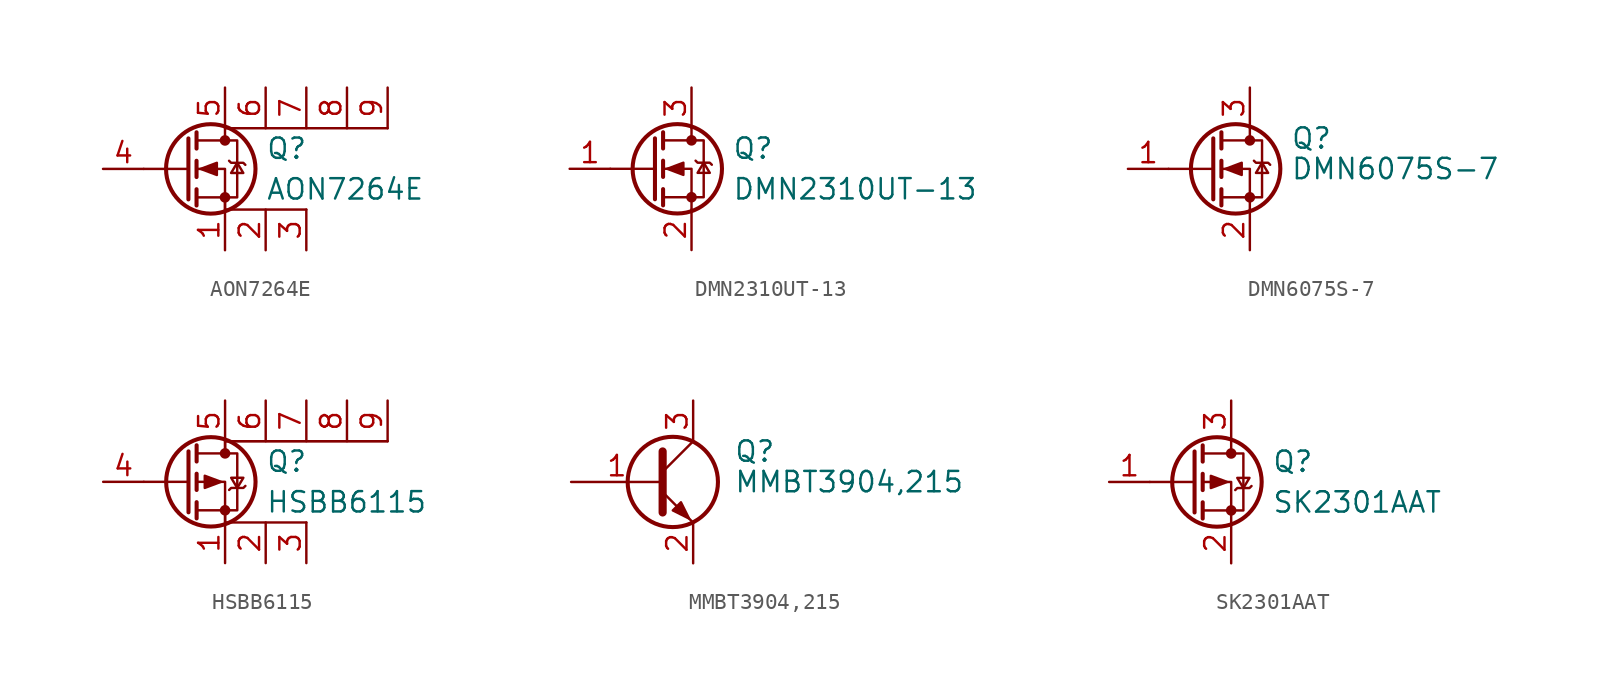
<source format=kicad_sym>
(kicad_symbol_lib
  (version 20211014)
  (symbol "AON7264E"
    (pin_names
      (offset 0)
      (hide yes))
    (property "Reference" "Q"
      (at 5.08 1.27 0)
      (effects (font (size 1.27 1.27)) (justify left)))
    (property "Value" "AON7264E"
      (at 5.08 -1.27 0)
      (effects (font (size 1.27 1.27)) (justify left)))
    (symbol "AON7264E_0_1"
      (polyline (pts (xy 0.254 1.905) (xy 0.254 -1.905)) (stroke (width 0.254) (type default)) (fill (type none)))
      (polyline (pts (xy 0.254 0) (xy -2.54 0)) (stroke (width 0) (type default)) (fill (type none)))
      (polyline (pts (xy 0.762 2.286) (xy 0.762 1.27)) (stroke (width 0.254) (type default)) (fill (type none)))
      (polyline (pts (xy 0.762 0.508) (xy 0.762 -0.508)) (stroke (width 0.254) (type default)) (fill (type none)))
      (polyline (pts (xy 0.762 -1.27) (xy 0.762 -2.286)) (stroke (width 0.254) (type default)) (fill (type none)))
      (polyline (pts (xy 0.762 -1.778) (xy 3.302 -1.778) (xy 3.302 1.778) (xy 0.762 1.778)) (stroke (width 0) (type default)) (fill (type none)))
      (polyline (pts (xy 1.016 0) (xy 2.032 0.381) (xy 2.032 -0.381) (xy 1.016 0)) (stroke (width 0) (type default)) (fill (type outline)))
      (circle (center 1.651 0) (radius 2.794) (stroke (width 0.254) (type default)) (fill (type none)))
      (circle (center 2.54 1.778) (radius 0.254) (stroke (width 0) (type default)) (fill (type outline)))
      (circle (center 2.54 -1.778) (radius 0.254) (stroke (width 0) (type default)) (fill (type outline)))
      (polyline (pts (xy 2.54 -2.54) (xy 2.54 0) (xy 0.762 0)) (stroke (width 0) (type default)) (fill (type none)))
      (polyline (pts (xy 2.794 0.508) (xy 2.921 0.381) (xy 3.683 0.381) (xy 3.81 0.254)) (stroke (width 0) (type default)) (fill (type none)))
      (polyline (pts (xy 3.302 0.381) (xy 2.921 -0.254) (xy 3.683 -0.254) (xy 3.302 0.381)) (stroke (width 0) (type default)) (fill (type none)))
      (polyline (pts (xy 7.62 -2.54) (xy 2.54 -2.54) (xy 2.54 -1.778)) (stroke (width 0) (type default)) (fill (type none)))
      (polyline (pts (xy 12.7 2.54) (xy 2.54 2.54) (xy 2.54 1.778)) (stroke (width 0) (type default)) (fill (type none))))
    (symbol "AON7264E_1_1"
      (pin input line (at -5.08 0 0) (length 2.54) (name "G" (effects (font (size 1.27 1.27)))) (number "4" (effects (font (size 1.27 1.27)))))
      (pin passive line (at 2.54 5.08 270) (length 2.54) (name "D" (effects (font (size 1.27 1.27)))) (number "5" (effects (font (size 1.27 1.27)))))
      (pin passive line (at 2.54 -5.08 90) (length 2.54) (name "S" (effects (font (size 1.27 1.27)))) (number "1" (effects (font (size 1.27 1.27)))))
      (pin passive line (at 5.08 5.08 270) (length 2.54) (name "D" (effects (font (size 1.27 1.27)))) (number "6" (effects (font (size 1.27 1.27)))))
      (pin passive line (at 5.08 -5.08 90) (length 2.54) (name "S" (effects (font (size 1.27 1.27)))) (number "2" (effects (font (size 1.27 1.27)))))
      (pin passive line (at 7.62 5.08 270) (length 2.54) (name "D" (effects (font (size 1.27 1.27)))) (number "7" (effects (font (size 1.27 1.27)))))
      (pin passive line (at 7.62 -5.08 90) (length 2.54) (name "S" (effects (font (size 1.27 1.27)))) (number "3" (effects (font (size 1.27 1.27)))))
      (pin passive line (at 10.16 5.08 270) (length 2.54) (name "D" (effects (font (size 1.27 1.27)))) (number "8" (effects (font (size 1.27 1.27)))))
      (pin passive line (at 12.7 5.08 270) (length 2.54) (name "D" (effects (font (size 1.27 1.27)))) (number "9" (effects (font (size 1.27 1.27)))))))
  (symbol "DMN2310UT-13"
    (pin_names
      (offset 0)
      (hide yes))
    (property "Reference" "Q"
      (at 5.08 1.27 0)
      (effects (font (size 1.27 1.27)) (justify left)))
    (property "Value" "DMN2310UT-13"
      (at 5.08 -1.27 0)
      (effects (font (size 1.27 1.27)) (justify left)))
    (symbol "DMN2310UT-13_0_1"
      (polyline (pts (xy 0.254 1.905) (xy 0.254 -1.905)) (stroke (width 0.254) (type default)) (fill (type none)))
      (polyline (pts (xy 0.254 0) (xy -2.54 0)) (stroke (width 0) (type default)) (fill (type none)))
      (polyline (pts (xy 0.762 2.286) (xy 0.762 1.27)) (stroke (width 0.254) (type default)) (fill (type none)))
      (polyline (pts (xy 0.762 0.508) (xy 0.762 -0.508)) (stroke (width 0.254) (type default)) (fill (type none)))
      (polyline (pts (xy 0.762 -1.27) (xy 0.762 -2.286)) (stroke (width 0.254) (type default)) (fill (type none)))
      (polyline (pts (xy 0.762 -1.778) (xy 3.302 -1.778) (xy 3.302 1.778) (xy 0.762 1.778)) (stroke (width 0) (type default)) (fill (type none)))
      (polyline (pts (xy 1.016 0) (xy 2.032 0.381) (xy 2.032 -0.381) (xy 1.016 0)) (stroke (width 0) (type default)) (fill (type outline)))
      (circle (center 1.651 0) (radius 2.794) (stroke (width 0.254) (type default)) (fill (type none)))
      (polyline (pts (xy 2.54 2.54) (xy 2.54 1.778)) (stroke (width 0) (type default)) (fill (type none)))
      (circle (center 2.54 1.778) (radius 0.254) (stroke (width 0) (type default)) (fill (type outline)))
      (circle (center 2.54 -1.778) (radius 0.254) (stroke (width 0) (type default)) (fill (type outline)))
      (polyline (pts (xy 2.54 -2.54) (xy 2.54 0) (xy 0.762 0)) (stroke (width 0) (type default)) (fill (type none)))
      (polyline (pts (xy 2.794 0.508) (xy 2.921 0.381) (xy 3.683 0.381) (xy 3.81 0.254)) (stroke (width 0) (type default)) (fill (type none)))
      (polyline (pts (xy 3.302 0.381) (xy 2.921 -0.254) (xy 3.683 -0.254) (xy 3.302 0.381)) (stroke (width 0) (type default)) (fill (type none))))
    (symbol "DMN2310UT-13_1_1"
      (pin input line (at -5.08 0 0) (length 2.54) (name "G" (effects (font (size 1.27 1.27)))) (number "1" (effects (font (size 1.27 1.27)))))
      (pin passive line (at 2.54 5.08 270) (length 2.54) (name "D" (effects (font (size 1.27 1.27)))) (number "3" (effects (font (size 1.27 1.27)))))
      (pin passive line (at 2.54 -5.08 90) (length 2.54) (name "S" (effects (font (size 1.27 1.27)))) (number "2" (effects (font (size 1.27 1.27)))))))
  (symbol "DMN6075S-7"
    (pin_names
      (hide yes))
    (property "Reference" "Q"
      (at 5.08 1.905 0)
      (effects (font (size 1.27 1.27)) (justify left)))
    (property "Value" "DMN6075S-7"
      (at 5.08 0 0)
      (effects (font (size 1.27 1.27)) (justify left)))
    (symbol "DMN6075S-7_0_1"
      (polyline (pts (xy 0.254 1.905) (xy 0.254 -1.905)) (stroke (width 0.254) (type default)) (fill (type none)))
      (polyline (pts (xy 0.254 0) (xy -2.54 0)) (stroke (width 0) (type default)) (fill (type none)))
      (polyline (pts (xy 0.762 2.286) (xy 0.762 1.27)) (stroke (width 0.254) (type default)) (fill (type none)))
      (polyline (pts (xy 0.762 0.508) (xy 0.762 -0.508)) (stroke (width 0.254) (type default)) (fill (type none)))
      (polyline (pts (xy 0.762 -1.27) (xy 0.762 -2.286)) (stroke (width 0.254) (type default)) (fill (type none)))
      (polyline (pts (xy 0.762 -1.778) (xy 3.302 -1.778) (xy 3.302 1.778) (xy 0.762 1.778)) (stroke (width 0) (type default)) (fill (type none)))
      (polyline (pts (xy 1.016 0) (xy 2.032 0.381) (xy 2.032 -0.381) (xy 1.016 0)) (stroke (width 0) (type default)) (fill (type outline)))
      (circle (center 1.651 0) (radius 2.794) (stroke (width 0.254) (type default)) (fill (type none)))
      (polyline (pts (xy 2.54 2.54) (xy 2.54 1.778)) (stroke (width 0) (type default)) (fill (type none)))
      (circle (center 2.54 1.778) (radius 0.254) (stroke (width 0) (type default)) (fill (type outline)))
      (circle (center 2.54 -1.778) (radius 0.254) (stroke (width 0) (type default)) (fill (type outline)))
      (polyline (pts (xy 2.54 -2.54) (xy 2.54 0) (xy 0.762 0)) (stroke (width 0) (type default)) (fill (type none)))
      (polyline (pts (xy 2.794 0.508) (xy 2.921 0.381) (xy 3.683 0.381) (xy 3.81 0.254)) (stroke (width 0) (type default)) (fill (type none)))
      (polyline (pts (xy 3.302 0.381) (xy 2.921 -0.254) (xy 3.683 -0.254) (xy 3.302 0.381)) (stroke (width 0) (type default)) (fill (type none))))
    (symbol "DMN6075S-7_1_1"
      (pin input line (at -5.08 0 0) (length 2.54) (name "G" (effects (font (size 1.27 1.27)))) (number "1" (effects (font (size 1.27 1.27)))))
      (pin passive line (at 2.54 5.08 270) (length 2.54) (name "D" (effects (font (size 1.27 1.27)))) (number "3" (effects (font (size 1.27 1.27)))))
      (pin passive line (at 2.54 -5.08 90) (length 2.54) (name "S" (effects (font (size 1.27 1.27)))) (number "2" (effects (font (size 1.27 1.27)))))))
  (symbol "HSBB6115"
    (pin_names
      (offset 0)
      (hide yes))
    (property "Reference" "Q"
      (at 5.08 1.27 0)
      (effects (font (size 1.27 1.27)) (justify left)))
    (property "Value" "HSBB6115"
      (at 5.08 -1.27 0)
      (effects (font (size 1.27 1.27)) (justify left)))
    (symbol "HSBB6115_0_1"
      (polyline (pts (xy 0.254 1.905) (xy 0.254 -1.905)) (stroke (width 0.254) (type default)) (fill (type none)))
      (polyline (pts (xy 0.254 0) (xy -2.54 0)) (stroke (width 0) (type default)) (fill (type none)))
      (polyline (pts (xy 0.762 2.286) (xy 0.762 1.27)) (stroke (width 0.254) (type default)) (fill (type none)))
      (polyline (pts (xy 0.762 1.778) (xy 3.302 1.778) (xy 3.302 -1.778) (xy 0.762 -1.778)) (stroke (width 0) (type default)) (fill (type none)))
      (polyline (pts (xy 0.762 0.508) (xy 0.762 -0.508)) (stroke (width 0.254) (type default)) (fill (type none)))
      (polyline (pts (xy 0.762 -1.27) (xy 0.762 -2.286)) (stroke (width 0.254) (type default)) (fill (type none)))
      (circle (center 1.651 0) (radius 2.794) (stroke (width 0.254) (type default)) (fill (type none)))
      (polyline (pts (xy 2.286 0) (xy 1.27 0.381) (xy 1.27 -0.381) (xy 2.286 0)) (stroke (width 0) (type default)) (fill (type outline)))
      (circle (center 2.54 1.778) (radius 0.254) (stroke (width 0) (type default)) (fill (type outline)))
      (circle (center 2.54 -1.778) (radius 0.254) (stroke (width 0) (type default)) (fill (type outline)))
      (polyline (pts (xy 2.54 -2.54) (xy 2.54 0) (xy 0.762 0)) (stroke (width 0) (type default)) (fill (type none)))
      (polyline (pts (xy 2.794 -0.508) (xy 2.921 -0.381) (xy 3.683 -0.381) (xy 3.81 -0.254)) (stroke (width 0) (type default)) (fill (type none)))
      (polyline (pts (xy 3.302 -0.381) (xy 2.921 0.254) (xy 3.683 0.254) (xy 3.302 -0.381)) (stroke (width 0) (type default)) (fill (type none)))
      (polyline (pts (xy 7.62 -2.54) (xy 2.54 -2.54) (xy 2.54 -1.778)) (stroke (width 0) (type default)) (fill (type none)))
      (polyline (pts (xy 12.7 2.54) (xy 2.54 2.54) (xy 2.54 1.778)) (stroke (width 0) (type default)) (fill (type none)))
      (polyline (pts (xy 12.7 2.54) (xy 2.54 2.54) (xy 2.54 1.778)) (stroke (width 0) (type default)) (fill (type none))))
    (symbol "HSBB6115_1_1"
      (pin input line (at -5.08 0 0) (length 2.54) (name "G" (effects (font (size 1.27 1.27)))) (number "4" (effects (font (size 1.27 1.27)))))
      (pin passive line (at 2.54 5.08 270) (length 2.54) (name "D" (effects (font (size 1.27 1.27)))) (number "5" (effects (font (size 1.27 1.27)))))
      (pin passive line (at 2.54 -5.08 90) (length 2.54) (name "S" (effects (font (size 1.27 1.27)))) (number "1" (effects (font (size 1.27 1.27)))))
      (pin passive line (at 5.08 5.08 270) (length 2.54) (name "D" (effects (font (size 1.27 1.27)))) (number "6" (effects (font (size 1.27 1.27)))))
      (pin passive line (at 5.08 -5.08 90) (length 2.54) (name "S" (effects (font (size 1.27 1.27)))) (number "2" (effects (font (size 1.27 1.27)))))
      (pin passive line (at 7.62 5.08 270) (length 2.54) (name "D" (effects (font (size 1.27 1.27)))) (number "7" (effects (font (size 1.27 1.27)))))
      (pin passive line (at 7.62 -5.08 90) (length 2.54) (name "S" (effects (font (size 1.27 1.27)))) (number "3" (effects (font (size 1.27 1.27)))))
      (pin passive line (at 10.16 5.08 270) (length 2.54) (name "D" (effects (font (size 1.27 1.27)))) (number "8" (effects (font (size 1.27 1.27)))))
      (pin passive line (at 12.7 5.08 270) (length 2.54) (name "D" (effects (font (size 1.27 1.27)))) (number "9" (effects (font (size 1.27 1.27)))))))
  (symbol "MMBT3904,215"
    (pin_names
      (offset 0)
      (hide yes))
    (property "Reference" "Q"
      (at 5.08 1.905 0)
      (effects (font (size 1.27 1.27)) (justify left)))
    (property "Value" "MMBT3904,215"
      (at 5.08 0 0)
      (effects (font (size 1.27 1.27)) (justify left)))
    (symbol "MMBT3904,215_0_1"
      (polyline (pts (xy 0.635 1.905) (xy 0.635 -1.905) (xy 0.635 -1.905)) (stroke (width 0.508) (type default)) (fill (type none)))
      (polyline (pts (xy 0.635 0.635) (xy 2.54 2.54)) (stroke (width 0) (type default)) (fill (type none)))
      (polyline (pts (xy 0.635 -0.635) (xy 2.54 -2.54) (xy 2.54 -2.54)) (stroke (width 0) (type default)) (fill (type none)))
      (circle (center 1.27 0) (radius 2.819) (stroke (width 0.254) (type default)) (fill (type none)))
      (polyline (pts (xy 1.27 -1.778) (xy 1.778 -1.27) (xy 2.286 -2.286) (xy 1.27 -1.778) (xy 1.27 -1.778)) (stroke (width 0) (type default)) (fill (type outline))))
    (symbol "MMBT3904,215_1_1"
      (pin input line (at -5.08 0 0) (length 5.715) (name "B" (effects (font (size 1.27 1.27)))) (number "1" (effects (font (size 1.27 1.27)))))
      (pin passive line (at 2.54 5.08 270) (length 2.54) (name "C" (effects (font (size 1.27 1.27)))) (number "3" (effects (font (size 1.27 1.27)))))
      (pin passive line (at 2.54 -5.08 90) (length 2.54) (name "E" (effects (font (size 1.27 1.27)))) (number "2" (effects (font (size 1.27 1.27)))))))
  (symbol "SK2301AAT"
    (pin_names
      (offset 0)
      (hide yes))
    (property "Reference" "Q"
      (at 5.08 1.27 0)
      (effects (font (size 1.27 1.27)) (justify left)))
    (property "Value" "SK2301AAT"
      (at 5.08 -1.27 0)
      (effects (font (size 1.27 1.27)) (justify left)))
    (symbol "SK2301AAT_0_1"
      (polyline (pts (xy 0.254 1.905) (xy 0.254 -1.905)) (stroke (width 0.254) (type default)) (fill (type none)))
      (polyline (pts (xy 0.254 0) (xy -2.54 0)) (stroke (width 0) (type default)) (fill (type none)))
      (polyline (pts (xy 0.762 2.286) (xy 0.762 1.27)) (stroke (width 0.254) (type default)) (fill (type none)))
      (polyline (pts (xy 0.762 1.778) (xy 3.302 1.778) (xy 3.302 -1.778) (xy 0.762 -1.778)) (stroke (width 0) (type default)) (fill (type none)))
      (polyline (pts (xy 0.762 0.508) (xy 0.762 -0.508)) (stroke (width 0.254) (type default)) (fill (type none)))
      (polyline (pts (xy 0.762 -1.27) (xy 0.762 -2.286)) (stroke (width 0.254) (type default)) (fill (type none)))
      (circle (center 1.651 0) (radius 2.794) (stroke (width 0.254) (type default)) (fill (type none)))
      (polyline (pts (xy 2.286 0) (xy 1.27 0.381) (xy 1.27 -0.381) (xy 2.286 0)) (stroke (width 0) (type default)) (fill (type outline)))
      (polyline (pts (xy 2.54 2.54) (xy 2.54 1.778)) (stroke (width 0) (type default)) (fill (type none)))
      (circle (center 2.54 1.778) (radius 0.254) (stroke (width 0) (type default)) (fill (type outline)))
      (circle (center 2.54 -1.778) (radius 0.254) (stroke (width 0) (type default)) (fill (type outline)))
      (polyline (pts (xy 2.54 -2.54) (xy 2.54 0) (xy 0.762 0)) (stroke (width 0) (type default)) (fill (type none)))
      (polyline (pts (xy 2.794 -0.508) (xy 2.921 -0.381) (xy 3.683 -0.381) (xy 3.81 -0.254)) (stroke (width 0) (type default)) (fill (type none)))
      (polyline (pts (xy 3.302 -0.381) (xy 2.921 0.254) (xy 3.683 0.254) (xy 3.302 -0.381)) (stroke (width 0) (type default)) (fill (type none))))
    (symbol "SK2301AAT_1_1"
      (pin input line (at -5.08 0 0) (length 2.54) (name "G" (effects (font (size 1.27 1.27)))) (number "1" (effects (font (size 1.27 1.27)))))
      (pin passive line (at 2.54 5.08 270) (length 2.54) (name "D" (effects (font (size 1.27 1.27)))) (number "3" (effects (font (size 1.27 1.27)))))
      (pin passive line (at 2.54 -5.08 90) (length 2.54) (name "S" (effects (font (size 1.27 1.27)))) (number "2" (effects (font (size 1.27 1.27))))))))
</source>
